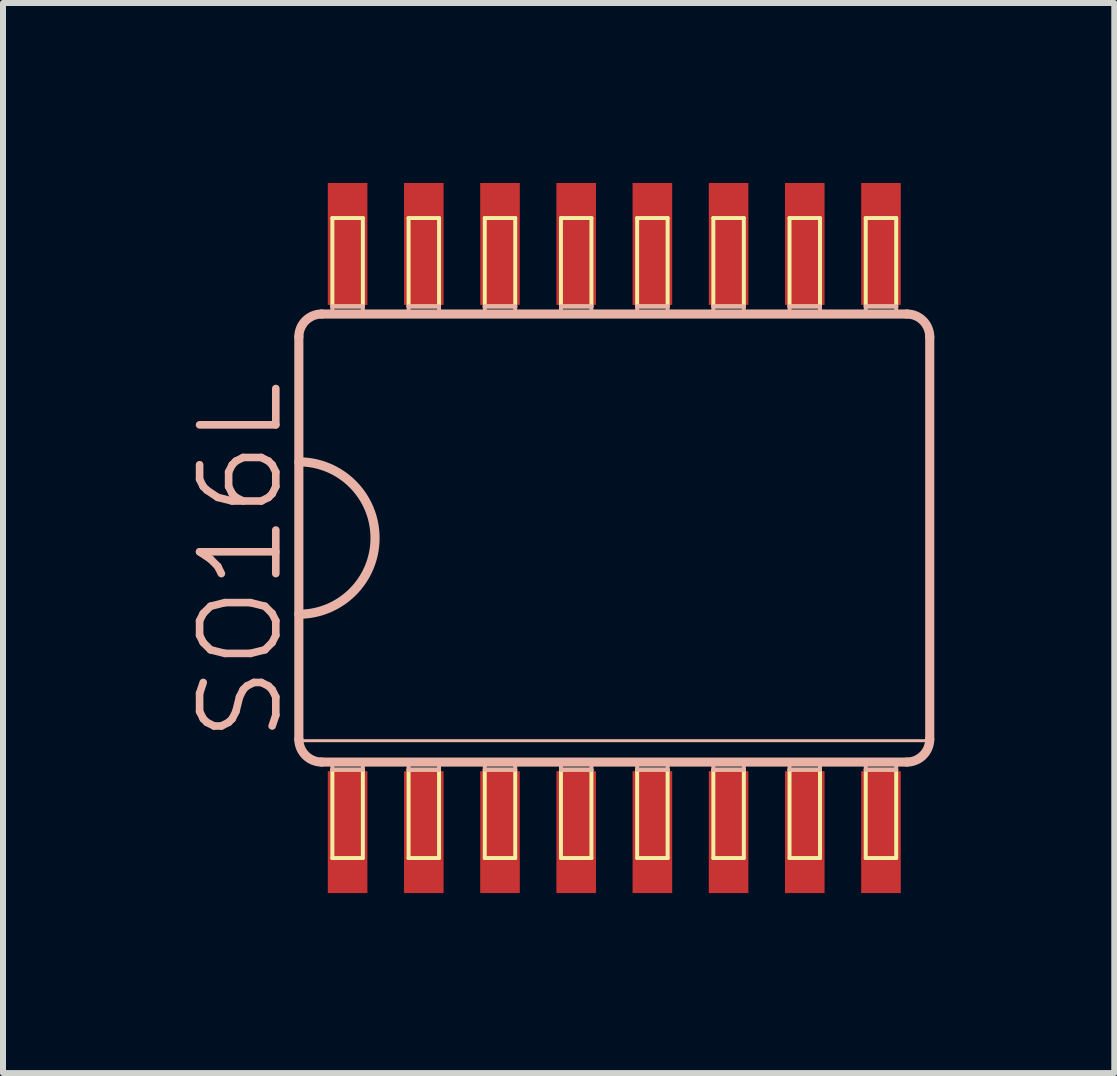
<source format=kicad_pcb>
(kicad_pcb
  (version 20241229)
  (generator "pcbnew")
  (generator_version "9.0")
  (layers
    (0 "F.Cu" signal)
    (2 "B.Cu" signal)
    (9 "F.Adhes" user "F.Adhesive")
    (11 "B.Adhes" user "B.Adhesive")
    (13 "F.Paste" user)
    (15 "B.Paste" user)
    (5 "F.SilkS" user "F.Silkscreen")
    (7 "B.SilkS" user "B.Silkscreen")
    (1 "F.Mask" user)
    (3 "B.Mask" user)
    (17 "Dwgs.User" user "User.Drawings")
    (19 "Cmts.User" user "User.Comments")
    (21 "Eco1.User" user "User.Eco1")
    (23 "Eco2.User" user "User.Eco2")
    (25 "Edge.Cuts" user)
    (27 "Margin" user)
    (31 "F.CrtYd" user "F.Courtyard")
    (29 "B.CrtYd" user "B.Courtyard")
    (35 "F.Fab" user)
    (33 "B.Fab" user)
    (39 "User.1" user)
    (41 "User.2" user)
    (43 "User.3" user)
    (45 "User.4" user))
  (footprint "SO16L"
    (layer "F.Cu")
    (at 7.189 5.918)
    (property "Reference" "SO16L" (at -6.223 0.381 90) (layer "B.SilkS") (effects (font (size 1.27 1.27) (thickness 0.127))))
    (attr smd)
    (fp_line (start -4.699 -5.334) (end -4.191 -5.334) (stroke (width 0.066) (type solid)) (layer "F.SilkS"))
    (fp_line (start -4.699 -3.861) (end -4.699 -5.334) (stroke (width 0.066) (type solid)) (layer "F.SilkS"))
    (fp_line (start -4.699 -3.861) (end -4.191 -3.861) (stroke (width 0.066) (type solid)) (layer "F.SilkS"))
    (fp_line (start -4.699 3.861) (end -4.191 3.861) (stroke (width 0.066) (type solid)) (layer "F.SilkS"))
    (fp_line (start -4.699 5.334) (end -4.699 3.861) (stroke (width 0.066) (type solid)) (layer "F.SilkS"))
    (fp_line (start -4.699 5.334) (end -4.191 5.334) (stroke (width 0.066) (type solid)) (layer "F.SilkS"))
    (fp_line (start -4.191 -3.861) (end -4.191 -5.334) (stroke (width 0.066) (type solid)) (layer "F.SilkS"))
    (fp_line (start -4.191 5.334) (end -4.191 3.861) (stroke (width 0.066) (type solid)) (layer "F.SilkS"))
    (fp_line (start -3.429 -5.334) (end -2.921 -5.334) (stroke (width 0.066) (type solid)) (layer "F.SilkS"))
    (fp_line (start -3.429 -3.861) (end -3.429 -5.334) (stroke (width 0.066) (type solid)) (layer "F.SilkS"))
    (fp_line (start -3.429 -3.861) (end -2.921 -3.861) (stroke (width 0.066) (type solid)) (layer "F.SilkS"))
    (fp_line (start -3.429 3.861) (end -2.921 3.861) (stroke (width 0.066) (type solid)) (layer "F.SilkS"))
    (fp_line (start -3.429 5.334) (end -3.429 3.861) (stroke (width 0.066) (type solid)) (layer "F.SilkS"))
    (fp_line (start -3.429 5.334) (end -2.921 5.334) (stroke (width 0.066) (type solid)) (layer "F.SilkS"))
    (fp_line (start -2.921 -3.861) (end -2.921 -5.334) (stroke (width 0.066) (type solid)) (layer "F.SilkS"))
    (fp_line (start -2.921 5.334) (end -2.921 3.861) (stroke (width 0.066) (type solid)) (layer "F.SilkS"))
    (fp_line (start -2.159 -5.334) (end -1.651 -5.334) (stroke (width 0.066) (type solid)) (layer "F.SilkS"))
    (fp_line (start -2.159 -3.861) (end -2.159 -5.334) (stroke (width 0.066) (type solid)) (layer "F.SilkS"))
    (fp_line (start -2.159 -3.861) (end -1.651 -3.861) (stroke (width 0.066) (type solid)) (layer "F.SilkS"))
    (fp_line (start -2.159 3.861) (end -1.651 3.861) (stroke (width 0.066) (type solid)) (layer "F.SilkS"))
    (fp_line (start -2.159 5.334) (end -2.159 3.861) (stroke (width 0.066) (type solid)) (layer "F.SilkS"))
    (fp_line (start -2.159 5.334) (end -1.651 5.334) (stroke (width 0.066) (type solid)) (layer "F.SilkS"))
    (fp_line (start -1.651 -3.861) (end -1.651 -5.334) (stroke (width 0.066) (type solid)) (layer "F.SilkS"))
    (fp_line (start -1.651 5.334) (end -1.651 3.861) (stroke (width 0.066) (type solid)) (layer "F.SilkS"))
    (fp_line (start -0.889 -5.334) (end -0.381 -5.334) (stroke (width 0.066) (type solid)) (layer "F.SilkS"))
    (fp_line (start -0.889 -3.861) (end -0.889 -5.334) (stroke (width 0.066) (type solid)) (layer "F.SilkS"))
    (fp_line (start -0.889 -3.861) (end -0.381 -3.861) (stroke (width 0.066) (type solid)) (layer "F.SilkS"))
    (fp_line (start -0.889 3.861) (end -0.381 3.861) (stroke (width 0.066) (type solid)) (layer "F.SilkS"))
    (fp_line (start -0.889 5.334) (end -0.889 3.861) (stroke (width 0.066) (type solid)) (layer "F.SilkS"))
    (fp_line (start -0.889 5.334) (end -0.381 5.334) (stroke (width 0.066) (type solid)) (layer "F.SilkS"))
    (fp_line (start -0.381 -3.861) (end -0.381 -5.334) (stroke (width 0.066) (type solid)) (layer "F.SilkS"))
    (fp_line (start -0.381 5.334) (end -0.381 3.861) (stroke (width 0.066) (type solid)) (layer "F.SilkS"))
    (fp_line (start 0.381 -5.334) (end 0.889 -5.334) (stroke (width 0.066) (type solid)) (layer "F.SilkS"))
    (fp_line (start 0.381 -3.861) (end 0.381 -5.334) (stroke (width 0.066) (type solid)) (layer "F.SilkS"))
    (fp_line (start 0.381 -3.861) (end 0.889 -3.861) (stroke (width 0.066) (type solid)) (layer "F.SilkS"))
    (fp_line (start 0.381 3.861) (end 0.889 3.861) (stroke (width 0.066) (type solid)) (layer "F.SilkS"))
    (fp_line (start 0.381 5.334) (end 0.381 3.861) (stroke (width 0.066) (type solid)) (layer "F.SilkS"))
    (fp_line (start 0.381 5.334) (end 0.889 5.334) (stroke (width 0.066) (type solid)) (layer "F.SilkS"))
    (fp_line (start 0.889 -3.861) (end 0.889 -5.334) (stroke (width 0.066) (type solid)) (layer "F.SilkS"))
    (fp_line (start 0.889 5.334) (end 0.889 3.861) (stroke (width 0.066) (type solid)) (layer "F.SilkS"))
    (fp_line (start 1.651 -5.334) (end 2.159 -5.334) (stroke (width 0.066) (type solid)) (layer "F.SilkS"))
    (fp_line (start 1.651 -3.861) (end 1.651 -5.334) (stroke (width 0.066) (type solid)) (layer "F.SilkS"))
    (fp_line (start 1.651 -3.861) (end 2.159 -3.861) (stroke (width 0.066) (type solid)) (layer "F.SilkS"))
    (fp_line (start 1.651 3.861) (end 2.159 3.861) (stroke (width 0.066) (type solid)) (layer "F.SilkS"))
    (fp_line (start 1.651 5.334) (end 1.651 3.861) (stroke (width 0.066) (type solid)) (layer "F.SilkS"))
    (fp_line (start 1.651 5.334) (end 2.159 5.334) (stroke (width 0.066) (type solid)) (layer "F.SilkS"))
    (fp_line (start 2.159 -3.861) (end 2.159 -5.334) (stroke (width 0.066) (type solid)) (layer "F.SilkS"))
    (fp_line (start 2.159 5.334) (end 2.159 3.861) (stroke (width 0.066) (type solid)) (layer "F.SilkS"))
    (fp_line (start 2.921 -5.334) (end 3.429 -5.334) (stroke (width 0.066) (type solid)) (layer "F.SilkS"))
    (fp_line (start 2.921 -3.861) (end 2.921 -5.334) (stroke (width 0.066) (type solid)) (layer "F.SilkS"))
    (fp_line (start 2.921 -3.861) (end 3.429 -3.861) (stroke (width 0.066) (type solid)) (layer "F.SilkS"))
    (fp_line (start 2.921 3.861) (end 3.429 3.861) (stroke (width 0.066) (type solid)) (layer "F.SilkS"))
    (fp_line (start 2.921 5.334) (end 2.921 3.861) (stroke (width 0.066) (type solid)) (layer "F.SilkS"))
    (fp_line (start 2.921 5.334) (end 3.429 5.334) (stroke (width 0.066) (type solid)) (layer "F.SilkS"))
    (fp_line (start 3.429 -3.861) (end 3.429 -5.334) (stroke (width 0.066) (type solid)) (layer "F.SilkS"))
    (fp_line (start 3.429 5.334) (end 3.429 3.861) (stroke (width 0.066) (type solid)) (layer "F.SilkS"))
    (fp_line (start 4.191 -5.334) (end 4.699 -5.334) (stroke (width 0.066) (type solid)) (layer "F.SilkS"))
    (fp_line (start 4.191 -3.861) (end 4.191 -5.334) (stroke (width 0.066) (type solid)) (layer "F.SilkS"))
    (fp_line (start 4.191 -3.861) (end 4.699 -3.861) (stroke (width 0.066) (type solid)) (layer "F.SilkS"))
    (fp_line (start 4.191 3.861) (end 4.699 3.861) (stroke (width 0.066) (type solid)) (layer "F.SilkS"))
    (fp_line (start 4.191 5.334) (end 4.191 3.861) (stroke (width 0.066) (type solid)) (layer "F.SilkS"))
    (fp_line (start 4.191 5.334) (end 4.699 5.334) (stroke (width 0.066) (type solid)) (layer "F.SilkS"))
    (fp_line (start 4.699 -3.861) (end 4.699 -5.334) (stroke (width 0.066) (type solid)) (layer "F.SilkS"))
    (fp_line (start 4.699 5.334) (end 4.699 3.861) (stroke (width 0.066) (type solid)) (layer "F.SilkS"))
    (fp_line (start -5.258 -3.353) (end -5.258 3.353) (stroke (width 0.152) (type solid)) (layer "B.SilkS"))
    (fp_line (start -5.207 3.378) (end 5.232 3.378) (stroke (width 0.051) (type solid)) (layer "B.SilkS"))
    (fp_line (start -4.877 3.734) (end 4.877 3.734) (stroke (width 0.152) (type solid)) (layer "B.SilkS"))
    (fp_line (start -4.699 -3.861) (end -4.191 -3.861) (stroke (width 0.066) (type solid)) (layer "B.SilkS"))
    (fp_line (start -4.699 -3.734) (end -4.699 -3.861) (stroke (width 0.066) (type solid)) (layer "B.SilkS"))
    (fp_line (start -4.699 -3.734) (end -4.191 -3.734) (stroke (width 0.066) (type solid)) (layer "B.SilkS"))
    (fp_line (start -4.699 3.734) (end -4.191 3.734) (stroke (width 0.066) (type solid)) (layer "B.SilkS"))
    (fp_line (start -4.699 3.861) (end -4.699 3.734) (stroke (width 0.066) (type solid)) (layer "B.SilkS"))
    (fp_line (start -4.699 3.861) (end -4.191 3.861) (stroke (width 0.066) (type solid)) (layer "B.SilkS"))
    (fp_line (start -4.191 -3.734) (end -4.191 -3.861) (stroke (width 0.066) (type solid)) (layer "B.SilkS"))
    (fp_line (start -4.191 3.861) (end -4.191 3.734) (stroke (width 0.066) (type solid)) (layer "B.SilkS"))
    (fp_line (start -3.429 -3.861) (end -2.921 -3.861) (stroke (width 0.066) (type solid)) (layer "B.SilkS"))
    (fp_line (start -3.429 -3.734) (end -3.429 -3.861) (stroke (width 0.066) (type solid)) (layer "B.SilkS"))
    (fp_line (start -3.429 -3.734) (end -2.921 -3.734) (stroke (width 0.066) (type solid)) (layer "B.SilkS"))
    (fp_line (start -3.429 3.734) (end -2.921 3.734) (stroke (width 0.066) (type solid)) (layer "B.SilkS"))
    (fp_line (start -3.429 3.861) (end -3.429 3.734) (stroke (width 0.066) (type solid)) (layer "B.SilkS"))
    (fp_line (start -3.429 3.861) (end -2.921 3.861) (stroke (width 0.066) (type solid)) (layer "B.SilkS"))
    (fp_line (start -2.921 -3.734) (end -2.921 -3.861) (stroke (width 0.066) (type solid)) (layer "B.SilkS"))
    (fp_line (start -2.921 3.861) (end -2.921 3.734) (stroke (width 0.066) (type solid)) (layer "B.SilkS"))
    (fp_line (start -2.159 -3.861) (end -1.651 -3.861) (stroke (width 0.066) (type solid)) (layer "B.SilkS"))
    (fp_line (start -2.159 -3.734) (end -2.159 -3.861) (stroke (width 0.066) (type solid)) (layer "B.SilkS"))
    (fp_line (start -2.159 -3.734) (end -1.651 -3.734) (stroke (width 0.066) (type solid)) (layer "B.SilkS"))
    (fp_line (start -2.159 3.734) (end -1.651 3.734) (stroke (width 0.066) (type solid)) (layer "B.SilkS"))
    (fp_line (start -2.159 3.861) (end -2.159 3.734) (stroke (width 0.066) (type solid)) (layer "B.SilkS"))
    (fp_line (start -2.159 3.861) (end -1.651 3.861) (stroke (width 0.066) (type solid)) (layer "B.SilkS"))
    (fp_line (start -1.651 -3.734) (end -1.651 -3.861) (stroke (width 0.066) (type solid)) (layer "B.SilkS"))
    (fp_line (start -1.651 3.861) (end -1.651 3.734) (stroke (width 0.066) (type solid)) (layer "B.SilkS"))
    (fp_line (start -0.889 -3.861) (end -0.381 -3.861) (stroke (width 0.066) (type solid)) (layer "B.SilkS"))
    (fp_line (start -0.889 -3.734) (end -0.889 -3.861) (stroke (width 0.066) (type solid)) (layer "B.SilkS"))
    (fp_line (start -0.889 -3.734) (end -0.381 -3.734) (stroke (width 0.066) (type solid)) (layer "B.SilkS"))
    (fp_line (start -0.889 3.734) (end -0.381 3.734) (stroke (width 0.066) (type solid)) (layer "B.SilkS"))
    (fp_line (start -0.889 3.861) (end -0.889 3.734) (stroke (width 0.066) (type solid)) (layer "B.SilkS"))
    (fp_line (start -0.889 3.861) (end -0.381 3.861) (stroke (width 0.066) (type solid)) (layer "B.SilkS"))
    (fp_line (start -0.381 -3.734) (end -0.381 -3.861) (stroke (width 0.066) (type solid)) (layer "B.SilkS"))
    (fp_line (start -0.381 3.861) (end -0.381 3.734) (stroke (width 0.066) (type solid)) (layer "B.SilkS"))
    (fp_line (start 0.381 -3.861) (end 0.889 -3.861) (stroke (width 0.066) (type solid)) (layer "B.SilkS"))
    (fp_line (start 0.381 -3.734) (end 0.381 -3.861) (stroke (width 0.066) (type solid)) (layer "B.SilkS"))
    (fp_line (start 0.381 -3.734) (end 0.889 -3.734) (stroke (width 0.066) (type solid)) (layer "B.SilkS"))
    (fp_line (start 0.381 3.734) (end 0.889 3.734) (stroke (width 0.066) (type solid)) (layer "B.SilkS"))
    (fp_line (start 0.381 3.861) (end 0.381 3.734) (stroke (width 0.066) (type solid)) (layer "B.SilkS"))
    (fp_line (start 0.381 3.861) (end 0.889 3.861) (stroke (width 0.066) (type solid)) (layer "B.SilkS"))
    (fp_line (start 0.889 -3.734) (end 0.889 -3.861) (stroke (width 0.066) (type solid)) (layer "B.SilkS"))
    (fp_line (start 0.889 3.861) (end 0.889 3.734) (stroke (width 0.066) (type solid)) (layer "B.SilkS"))
    (fp_line (start 1.651 -3.861) (end 2.159 -3.861) (stroke (width 0.066) (type solid)) (layer "B.SilkS"))
    (fp_line (start 1.651 -3.734) (end 1.651 -3.861) (stroke (width 0.066) (type solid)) (layer "B.SilkS"))
    (fp_line (start 1.651 -3.734) (end 2.159 -3.734) (stroke (width 0.066) (type solid)) (layer "B.SilkS"))
    (fp_line (start 1.651 3.734) (end 2.159 3.734) (stroke (width 0.066) (type solid)) (layer "B.SilkS"))
    (fp_line (start 1.651 3.861) (end 1.651 3.734) (stroke (width 0.066) (type solid)) (layer "B.SilkS"))
    (fp_line (start 1.651 3.861) (end 2.159 3.861) (stroke (width 0.066) (type solid)) (layer "B.SilkS"))
    (fp_line (start 2.159 -3.734) (end 2.159 -3.861) (stroke (width 0.066) (type solid)) (layer "B.SilkS"))
    (fp_line (start 2.159 3.861) (end 2.159 3.734) (stroke (width 0.066) (type solid)) (layer "B.SilkS"))
    (fp_line (start 2.921 -3.861) (end 3.429 -3.861) (stroke (width 0.066) (type solid)) (layer "B.SilkS"))
    (fp_line (start 2.921 -3.734) (end 2.921 -3.861) (stroke (width 0.066) (type solid)) (layer "B.SilkS"))
    (fp_line (start 2.921 -3.734) (end 3.429 -3.734) (stroke (width 0.066) (type solid)) (layer "B.SilkS"))
    (fp_line (start 2.921 3.734) (end 3.429 3.734) (stroke (width 0.066) (type solid)) (layer "B.SilkS"))
    (fp_line (start 2.921 3.861) (end 2.921 3.734) (stroke (width 0.066) (type solid)) (layer "B.SilkS"))
    (fp_line (start 2.921 3.861) (end 3.429 3.861) (stroke (width 0.066) (type solid)) (layer "B.SilkS"))
    (fp_line (start 3.429 -3.734) (end 3.429 -3.861) (stroke (width 0.066) (type solid)) (layer "B.SilkS"))
    (fp_line (start 3.429 3.861) (end 3.429 3.734) (stroke (width 0.066) (type solid)) (layer "B.SilkS"))
    (fp_line (start 4.191 -3.861) (end 4.699 -3.861) (stroke (width 0.066) (type solid)) (layer "B.SilkS"))
    (fp_line (start 4.191 -3.734) (end 4.191 -3.861) (stroke (width 0.066) (type solid)) (layer "B.SilkS"))
    (fp_line (start 4.191 -3.734) (end 4.699 -3.734) (stroke (width 0.066) (type solid)) (layer "B.SilkS"))
    (fp_line (start 4.191 3.734) (end 4.699 3.734) (stroke (width 0.066) (type solid)) (layer "B.SilkS"))
    (fp_line (start 4.191 3.861) (end 4.191 3.734) (stroke (width 0.066) (type solid)) (layer "B.SilkS"))
    (fp_line (start 4.191 3.861) (end 4.699 3.861) (stroke (width 0.066) (type solid)) (layer "B.SilkS"))
    (fp_line (start 4.699 -3.734) (end 4.699 -3.861) (stroke (width 0.066) (type solid)) (layer "B.SilkS"))
    (fp_line (start 4.699 3.861) (end 4.699 3.734) (stroke (width 0.066) (type solid)) (layer "B.SilkS"))
    (fp_line (start 4.877 -3.734) (end -4.877 -3.734) (stroke (width 0.152) (type solid)) (layer "B.SilkS"))
    (fp_line (start 5.258 3.353) (end 5.258 -3.353) (stroke (width 0.152) (type solid)) (layer "B.SilkS"))
    (fp_arc (start -5.2578 -3.3528) (mid -5.146208 -3.622208) (end -4.8768 -3.7338) (stroke (width 0.1524) (type solid)) (layer "B.SilkS"))
    (fp_arc (start -5.2578 -1.27) (mid -3.9878 0) (end -5.2578 1.27) (stroke (width 0.1524) (type solid)) (layer "B.SilkS"))
    (fp_arc (start -4.8768 3.7338) (mid -5.146208 3.622208) (end -5.2578 3.3528) (stroke (width 0.1524) (type solid)) (layer "B.SilkS"))
    (fp_arc (start 4.8768 -3.7338) (mid 5.146208 -3.622208) (end 5.2578 -3.3528) (stroke (width 0.1524) (type solid)) (layer "B.SilkS"))
    (fp_arc (start 5.2578 3.3528) (mid 5.146208 3.622208) (end 4.8768 3.7338) (stroke (width 0.1524) (type solid)) (layer "B.SilkS"))
    (pad "1" smd rect (at -4.445 4.902) (size 0.66 2.032) (layers "F.Cu" "F.Mask" "F.Paste"))
    (pad "2" smd rect (at -3.175 4.902) (size 0.66 2.032) (layers "F.Cu" "F.Mask" "F.Paste"))
    (pad "3" smd rect (at -1.905 4.902) (size 0.66 2.032) (layers "F.Cu" "F.Mask" "F.Paste"))
    (pad "4" smd rect (at -0.635 4.902) (size 0.66 2.032) (layers "F.Cu" "F.Mask" "F.Paste"))
    (pad "5" smd rect (at 0.635 4.902) (size 0.66 2.032) (layers "F.Cu" "F.Mask" "F.Paste"))
    (pad "6" smd rect (at 1.905 4.902) (size 0.66 2.032) (layers "F.Cu" "F.Mask" "F.Paste"))
    (pad "7" smd rect (at 3.175 4.902) (size 0.66 2.032) (layers "F.Cu" "F.Mask" "F.Paste"))
    (pad "8" smd rect (at 4.445 4.902) (size 0.66 2.032) (layers "F.Cu" "F.Mask" "F.Paste"))
    (pad "9" smd rect (at 4.445 -4.902) (size 0.66 2.032) (layers "F.Cu" "F.Mask" "F.Paste"))
    (pad "10" smd rect (at 3.175 -4.902) (size 0.66 2.032) (layers "F.Cu" "F.Mask" "F.Paste"))
    (pad "11" smd rect (at 1.905 -4.902) (size 0.66 2.032) (layers "F.Cu" "F.Mask" "F.Paste"))
    (pad "12" smd rect (at 0.635 -4.902) (size 0.66 2.032) (layers "F.Cu" "F.Mask" "F.Paste"))
    (pad "13" smd rect (at -0.635 -4.902) (size 0.66 2.032) (layers "F.Cu" "F.Mask" "F.Paste"))
    (pad "14" smd rect (at -1.905 -4.902) (size 0.66 2.032) (layers "F.Cu" "F.Mask" "F.Paste"))
    (pad "15" smd rect (at -3.175 -4.902) (size 0.66 2.032) (layers "F.Cu" "F.Mask" "F.Paste"))
    (pad "16" smd rect (at -4.445 -4.902) (size 0.66 2.032) (layers "F.Cu" "F.Mask" "F.Paste")))
  (gr_rect
    (start -3 -3)
    (end 15.523 14.836)
    (stroke (width 0.1) (type default))
    (fill no)
    (layer "Edge.Cuts")))
</source>
